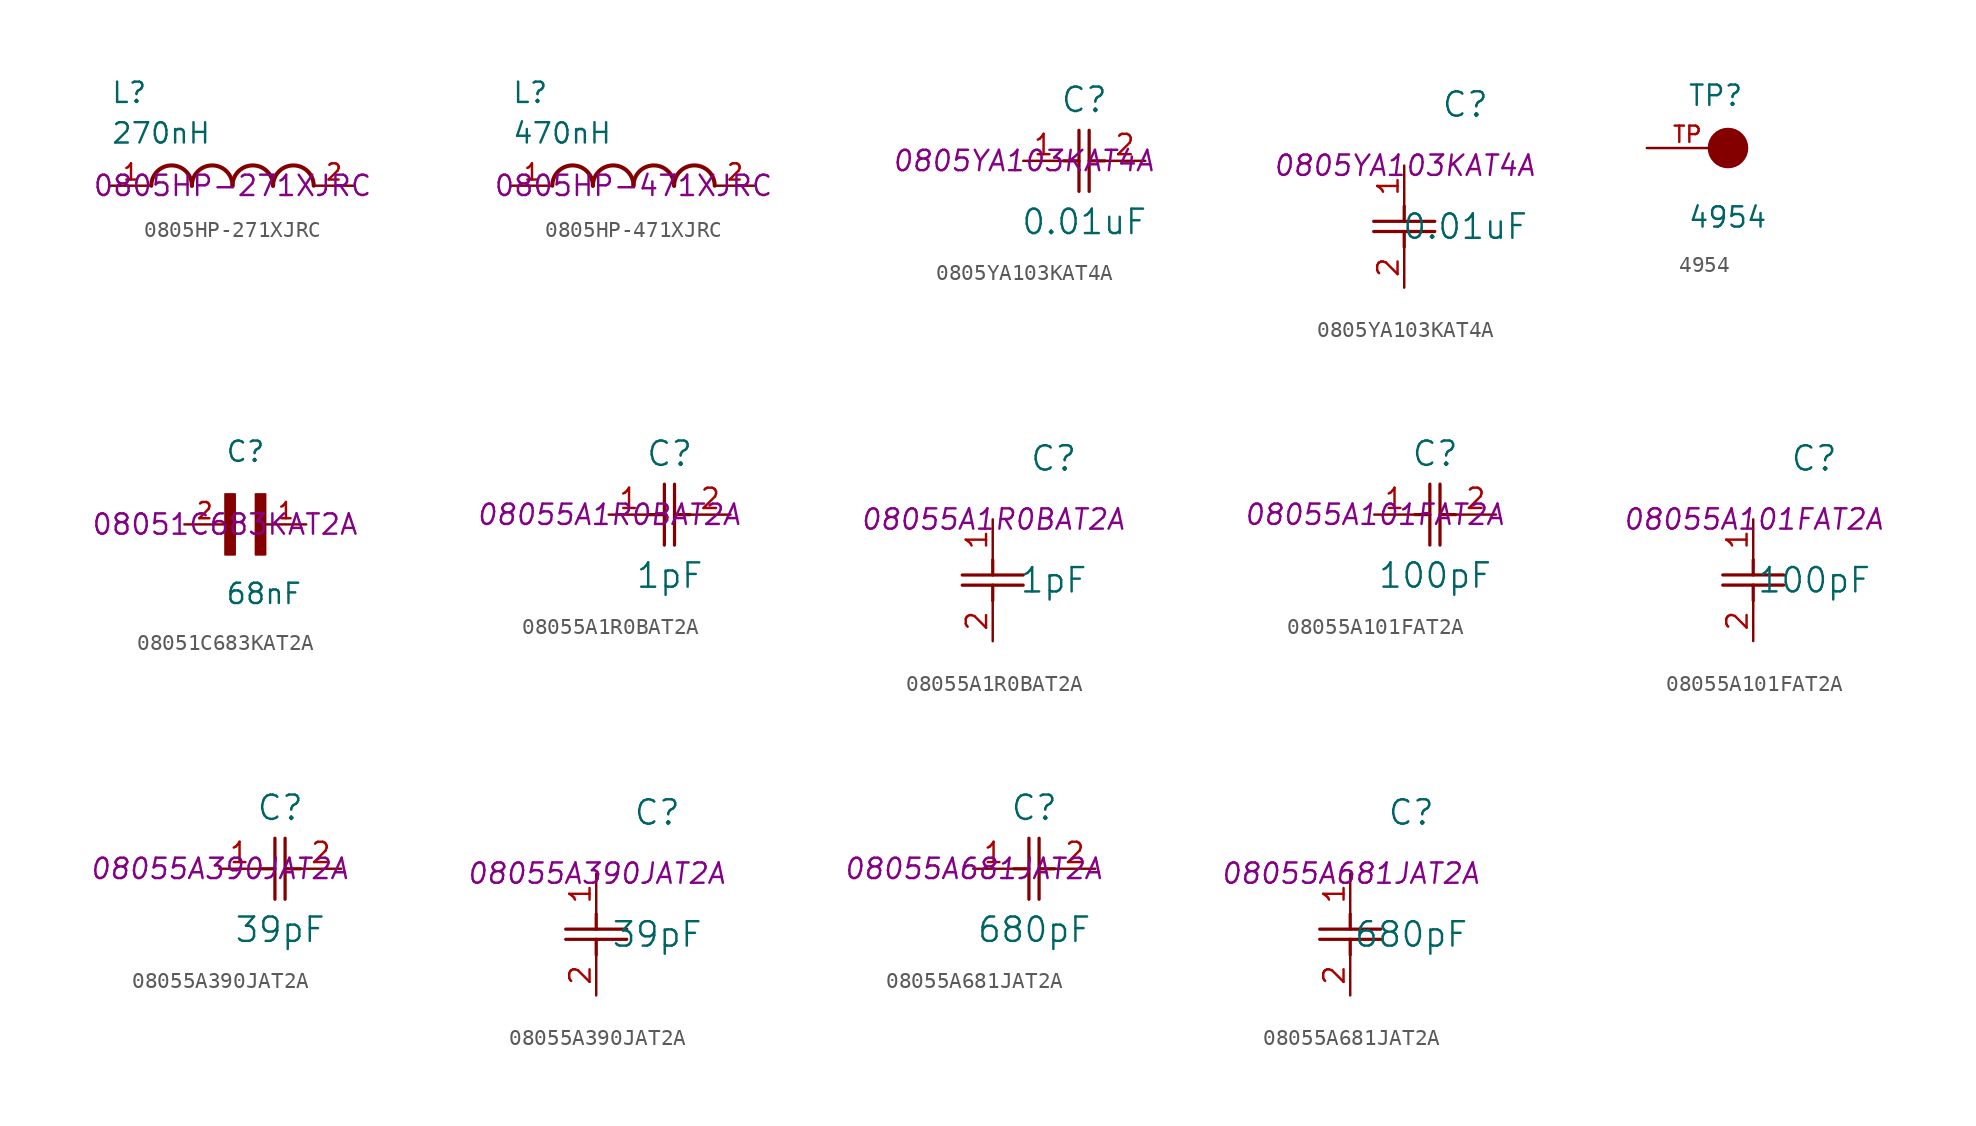
<source format=kicad_sym>
(kicad_symbol_lib
  (version 20231120)
  (generator "kicad_symbol_editor")
  (generator_version "8.0")
  (symbol "0805HP-271XJRC"
    (pin_names
      (offset 1.016))
    (property "Reference" "L"
      (at -7.62 5.08 0)
      (effects (font (size 1.27 1.27)) (justify left bottom)))
    (property "Value" "270nH"
      (at -7.62 2.54 0)
      (effects (font (size 1.27 1.27)) (justify left bottom)))
    (property "Datasheet" "0805HP-271XJRC "
      (at 0 0 0)
      (effects (font (size 1.27 1.27))))
    (symbol "0805HP-271XJRC_0_0"
      (arc (start -2.54 0) (mid -3.81 1.2645) (end -5.08 0) (stroke (width 0.254) (type default)) (fill (type none)))
      (arc (start 0 0) (mid -1.27 1.2645) (end -2.54 0) (stroke (width 0.254) (type default)) (fill (type none)))
      (arc (start 2.54 0) (mid 1.27 1.2645) (end 0 0) (stroke (width 0.254) (type default)) (fill (type none)))
      (arc (start 5.08 0) (mid 3.81 1.2645) (end 2.54 0) (stroke (width 0.254) (type default)) (fill (type none)))
      (pin passive line (at -7.62 0 0) (length 2.54) (name "~" (effects (font (size 1.016 1.016)))) (number "1" (effects (font (size 1.016 1.016)))))
      (pin passive line (at 7.62 0 180) (length 2.54) (name "~" (effects (font (size 1.016 1.016)))) (number "2" (effects (font (size 1.016 1.016)))))))
  (symbol "0805HP-471XJRC"
    (pin_names
      (offset 1.016))
    (property "Reference" "L"
      (at -7.62 5.08 0)
      (effects (font (size 1.27 1.27)) (justify left bottom)))
    (property "Value" "470nH"
      (at -7.62 2.54 0)
      (effects (font (size 1.27 1.27)) (justify left bottom)))
    (property "Datasheet" " 0805HP-471XJRC "
      (at 0 0 0)
      (effects (font (size 1.27 1.27))))
    (symbol "0805HP-471XJRC_0_0"
      (arc (start -2.54 0) (mid -3.81 1.2645) (end -5.08 0) (stroke (width 0.254) (type default)) (fill (type none)))
      (arc (start 0 0) (mid -1.27 1.2645) (end -2.54 0) (stroke (width 0.254) (type default)) (fill (type none)))
      (arc (start 2.54 0) (mid 1.27 1.2645) (end 0 0) (stroke (width 0.254) (type default)) (fill (type none)))
      (arc (start 5.08 0) (mid 3.81 1.2645) (end 2.54 0) (stroke (width 0.254) (type default)) (fill (type none)))
      (pin passive line (at -7.62 0 0) (length 2.54) (name "~" (effects (font (size 1.016 1.016)))) (number "1" (effects (font (size 1.016 1.016)))))
      (pin passive line (at 7.62 0 180) (length 2.54) (name "~" (effects (font (size 1.016 1.016)))) (number "2" (effects (font (size 1.016 1.016)))))))
  (symbol "0805YA103KAT4A"
    (pin_names
      (offset 0.254))
    (property "Reference" "C"
      (at 3.81 3.81 0)
      (effects (font (size 1.524 1.524))))
    (property "Value" "0.01uF"
      (at 3.81 -3.81 0)
      (effects (font (size 1.524 1.524))))
    (property "Datasheet" "0805YA103KAT4A"
      (at 0 0 0)
      (effects (font (size 1.27 1.27) (italic yes))))
    (symbol "0805YA103KAT4A_1_1"
      (polyline (pts (xy 2.54 0) (xy 3.48 0)) (stroke (width 0.203) (type default)) (fill (type none)))
      (polyline (pts (xy 3.48 -1.905) (xy 3.48 1.905)) (stroke (width 0.203) (type default)) (fill (type none)))
      (polyline (pts (xy 4.115 -1.905) (xy 4.115 1.905)) (stroke (width 0.203) (type default)) (fill (type none)))
      (polyline (pts (xy 4.115 0) (xy 5.08 0)) (stroke (width 0.203) (type default)) (fill (type none)))
      (pin unspecified line (at 0 0 0) (length 2.54) (name "" (effects (font (size 1.27 1.27)))) (number "1" (effects (font (size 1.27 1.27)))))
      (pin unspecified line (at 7.62 0 180) (length 2.54) (name "" (effects (font (size 1.27 1.27)))) (number "2" (effects (font (size 1.27 1.27))))))
    (symbol "0805YA103KAT4A_1_2"
      (polyline (pts (xy -1.905 -4.115) (xy 1.905 -4.115)) (stroke (width 0.203) (type default)) (fill (type none)))
      (polyline (pts (xy -1.905 -3.48) (xy 1.905 -3.48)) (stroke (width 0.203) (type default)) (fill (type none)))
      (polyline (pts (xy 0 -4.115) (xy 0 -5.08)) (stroke (width 0.203) (type default)) (fill (type none)))
      (polyline (pts (xy 0 -2.54) (xy 0 -3.48)) (stroke (width 0.203) (type default)) (fill (type none)))
      (pin unspecified line (at 0 0 270) (length 2.54) (name "" (effects (font (size 1.27 1.27)))) (number "1" (effects (font (size 1.27 1.27)))))
      (pin unspecified line (at 0 -7.62 90) (length 2.54) (name "" (effects (font (size 1.27 1.27)))) (number "2" (effects (font (size 1.27 1.27)))))))
  (symbol "4954"
    (pin_names
      (offset 1.016))
    (property "Reference" "TP"
      (at -2.54 2.54 0)
      (effects (font (size 1.27 1.27)) (justify left bottom)))
    (property "Value" "4954"
      (at -2.54 -5.08 0)
      (effects (font (size 1.27 1.27)) (justify left bottom)))
    (symbol "4954_0_0"
      (circle (center 0 0) (radius 0.635) (stroke (width 1.27) (type default)) (fill (type none)))
      (pin passive line (at -5.08 0 0) (length 5.08) (name "~" (effects (font (size 1.016 1.016)))) (number "TP" (effects (font (size 1.016 1.016)))))))
  (symbol "08051C683KAT2A"
    (pin_names
      (offset 1.016))
    (property "Reference" "C"
      (at 0 3.81 0)
      (effects (font (size 1.27 1.27)) (justify left bottom)))
    (property "Value" "68nF"
      (at 0 -5.08 0)
      (effects (font (size 1.27 1.27)) (justify left bottom)))
    (property "Datasheet" "08051C683KAT2A"
      (at 0 0 0)
      (effects (font (size 1.27 1.27))))
    (symbol "08051C683KAT2A_0_0"
      (rectangle (start 0 -1.905) (end 0.635 1.905) (stroke (width 0.1) (type default)) (fill (type outline)))
      (rectangle (start 1.905 -1.905) (end 2.54 1.905) (stroke (width 0.1) (type default)) (fill (type outline)))
      (pin passive line (at 5.08 0 180) (length 2.54) (name "~" (effects (font (size 1.016 1.016)))) (number "1" (effects (font (size 1.016 1.016)))))
      (pin passive line (at -2.54 0 0) (length 2.54) (name "~" (effects (font (size 1.016 1.016)))) (number "2" (effects (font (size 1.016 1.016)))))))
  (symbol "08055A1R0BAT2A"
    (pin_names
      (offset 0.254))
    (property "Reference" "C"
      (at 3.81 3.81 0)
      (effects (font (size 1.524 1.524))))
    (property "Value" "1pF"
      (at 3.81 -3.81 0)
      (effects (font (size 1.524 1.524))))
    (property "Datasheet" "08055A1R0BAT2A"
      (at 0 0 0)
      (effects (font (size 1.27 1.27) (italic yes))))
    (symbol "08055A1R0BAT2A_1_1"
      (polyline (pts (xy 2.54 0) (xy 3.48 0)) (stroke (width 0.203) (type default)) (fill (type none)))
      (polyline (pts (xy 3.48 -1.905) (xy 3.48 1.905)) (stroke (width 0.203) (type default)) (fill (type none)))
      (polyline (pts (xy 4.115 -1.905) (xy 4.115 1.905)) (stroke (width 0.203) (type default)) (fill (type none)))
      (polyline (pts (xy 4.115 0) (xy 5.08 0)) (stroke (width 0.203) (type default)) (fill (type none)))
      (pin unspecified line (at 0 0 0) (length 2.54) (name "" (effects (font (size 1.27 1.27)))) (number "1" (effects (font (size 1.27 1.27)))))
      (pin unspecified line (at 7.62 0 180) (length 2.54) (name "" (effects (font (size 1.27 1.27)))) (number "2" (effects (font (size 1.27 1.27))))))
    (symbol "08055A1R0BAT2A_1_2"
      (polyline (pts (xy -1.905 -4.115) (xy 1.905 -4.115)) (stroke (width 0.203) (type default)) (fill (type none)))
      (polyline (pts (xy -1.905 -3.48) (xy 1.905 -3.48)) (stroke (width 0.203) (type default)) (fill (type none)))
      (polyline (pts (xy 0 -4.115) (xy 0 -5.08)) (stroke (width 0.203) (type default)) (fill (type none)))
      (polyline (pts (xy 0 -2.54) (xy 0 -3.48)) (stroke (width 0.203) (type default)) (fill (type none)))
      (pin unspecified line (at 0 0 270) (length 2.54) (name "" (effects (font (size 1.27 1.27)))) (number "1" (effects (font (size 1.27 1.27)))))
      (pin unspecified line (at 0 -7.62 90) (length 2.54) (name "" (effects (font (size 1.27 1.27)))) (number "2" (effects (font (size 1.27 1.27)))))))
  (symbol "08055A101FAT2A"
    (pin_names
      (offset 0.254))
    (property "Reference" "C"
      (at 3.81 3.81 0)
      (effects (font (size 1.524 1.524))))
    (property "Value" "100pF"
      (at 3.81 -3.81 0)
      (effects (font (size 1.524 1.524))))
    (property "Datasheet" "08055A101FAT2A"
      (at 0 0 0)
      (effects (font (size 1.27 1.27) (italic yes))))
    (symbol "08055A101FAT2A_1_1"
      (polyline (pts (xy 2.54 0) (xy 3.48 0)) (stroke (width 0.203) (type default)) (fill (type none)))
      (polyline (pts (xy 3.48 -1.905) (xy 3.48 1.905)) (stroke (width 0.203) (type default)) (fill (type none)))
      (polyline (pts (xy 4.115 -1.905) (xy 4.115 1.905)) (stroke (width 0.203) (type default)) (fill (type none)))
      (polyline (pts (xy 4.115 0) (xy 5.08 0)) (stroke (width 0.203) (type default)) (fill (type none)))
      (pin unspecified line (at 0 0 0) (length 2.54) (name "" (effects (font (size 1.27 1.27)))) (number "1" (effects (font (size 1.27 1.27)))))
      (pin unspecified line (at 7.62 0 180) (length 2.54) (name "" (effects (font (size 1.27 1.27)))) (number "2" (effects (font (size 1.27 1.27))))))
    (symbol "08055A101FAT2A_1_2"
      (polyline (pts (xy -1.905 -4.115) (xy 1.905 -4.115)) (stroke (width 0.203) (type default)) (fill (type none)))
      (polyline (pts (xy -1.905 -3.48) (xy 1.905 -3.48)) (stroke (width 0.203) (type default)) (fill (type none)))
      (polyline (pts (xy 0 -4.115) (xy 0 -5.08)) (stroke (width 0.203) (type default)) (fill (type none)))
      (polyline (pts (xy 0 -2.54) (xy 0 -3.48)) (stroke (width 0.203) (type default)) (fill (type none)))
      (pin unspecified line (at 0 0 270) (length 2.54) (name "" (effects (font (size 1.27 1.27)))) (number "1" (effects (font (size 1.27 1.27)))))
      (pin unspecified line (at 0 -7.62 90) (length 2.54) (name "" (effects (font (size 1.27 1.27)))) (number "2" (effects (font (size 1.27 1.27)))))))
  (symbol "08055A390JAT2A"
    (pin_names
      (offset 0.254))
    (property "Reference" "C"
      (at 3.81 3.81 0)
      (effects (font (size 1.524 1.524))))
    (property "Value" "39pF"
      (at 3.81 -3.81 0)
      (effects (font (size 1.524 1.524))))
    (property "Datasheet" "08055A390JAT2A"
      (at 0 0 0)
      (effects (font (size 1.27 1.27) (italic yes))))
    (symbol "08055A390JAT2A_1_1"
      (polyline (pts (xy 2.54 0) (xy 3.48 0)) (stroke (width 0.203) (type default)) (fill (type none)))
      (polyline (pts (xy 3.48 -1.905) (xy 3.48 1.905)) (stroke (width 0.203) (type default)) (fill (type none)))
      (polyline (pts (xy 4.115 -1.905) (xy 4.115 1.905)) (stroke (width 0.203) (type default)) (fill (type none)))
      (polyline (pts (xy 4.115 0) (xy 5.08 0)) (stroke (width 0.203) (type default)) (fill (type none)))
      (pin unspecified line (at 0 0 0) (length 2.54) (name "" (effects (font (size 1.27 1.27)))) (number "1" (effects (font (size 1.27 1.27)))))
      (pin unspecified line (at 7.62 0 180) (length 2.54) (name "" (effects (font (size 1.27 1.27)))) (number "2" (effects (font (size 1.27 1.27))))))
    (symbol "08055A390JAT2A_1_2"
      (polyline (pts (xy -1.905 -4.115) (xy 1.905 -4.115)) (stroke (width 0.203) (type default)) (fill (type none)))
      (polyline (pts (xy -1.905 -3.48) (xy 1.905 -3.48)) (stroke (width 0.203) (type default)) (fill (type none)))
      (polyline (pts (xy 0 -4.115) (xy 0 -5.08)) (stroke (width 0.203) (type default)) (fill (type none)))
      (polyline (pts (xy 0 -2.54) (xy 0 -3.48)) (stroke (width 0.203) (type default)) (fill (type none)))
      (pin unspecified line (at 0 0 270) (length 2.54) (name "" (effects (font (size 1.27 1.27)))) (number "1" (effects (font (size 1.27 1.27)))))
      (pin unspecified line (at 0 -7.62 90) (length 2.54) (name "" (effects (font (size 1.27 1.27)))) (number "2" (effects (font (size 1.27 1.27)))))))
  (symbol "08055A681JAT2A"
    (pin_names
      (offset 0.254))
    (property "Reference" "C"
      (at 3.81 3.81 0)
      (effects (font (size 1.524 1.524))))
    (property "Value" "680pF"
      (at 3.81 -3.81 0)
      (effects (font (size 1.524 1.524))))
    (property "Datasheet" "08055A681JAT2A"
      (at 0 0 0)
      (effects (font (size 1.27 1.27) (italic yes))))
    (symbol "08055A681JAT2A_1_1"
      (polyline (pts (xy 2.54 0) (xy 3.48 0)) (stroke (width 0.203) (type default)) (fill (type none)))
      (polyline (pts (xy 3.48 -1.905) (xy 3.48 1.905)) (stroke (width 0.203) (type default)) (fill (type none)))
      (polyline (pts (xy 4.115 -1.905) (xy 4.115 1.905)) (stroke (width 0.203) (type default)) (fill (type none)))
      (polyline (pts (xy 4.115 0) (xy 5.08 0)) (stroke (width 0.203) (type default)) (fill (type none)))
      (pin unspecified line (at 0 0 0) (length 2.54) (name "" (effects (font (size 1.27 1.27)))) (number "1" (effects (font (size 1.27 1.27)))))
      (pin unspecified line (at 7.62 0 180) (length 2.54) (name "" (effects (font (size 1.27 1.27)))) (number "2" (effects (font (size 1.27 1.27))))))
    (symbol "08055A681JAT2A_1_2"
      (polyline (pts (xy -1.905 -4.115) (xy 1.905 -4.115)) (stroke (width 0.203) (type default)) (fill (type none)))
      (polyline (pts (xy -1.905 -3.48) (xy 1.905 -3.48)) (stroke (width 0.203) (type default)) (fill (type none)))
      (polyline (pts (xy 0 -4.115) (xy 0 -5.08)) (stroke (width 0.203) (type default)) (fill (type none)))
      (polyline (pts (xy 0 -2.54) (xy 0 -3.48)) (stroke (width 0.203) (type default)) (fill (type none)))
      (pin unspecified line (at 0 0 270) (length 2.54) (name "" (effects (font (size 1.27 1.27)))) (number "1" (effects (font (size 1.27 1.27)))))
      (pin unspecified line (at 0 -7.62 90) (length 2.54) (name "" (effects (font (size 1.27 1.27)))) (number "2" (effects (font (size 1.27 1.27))))))))
</source>
